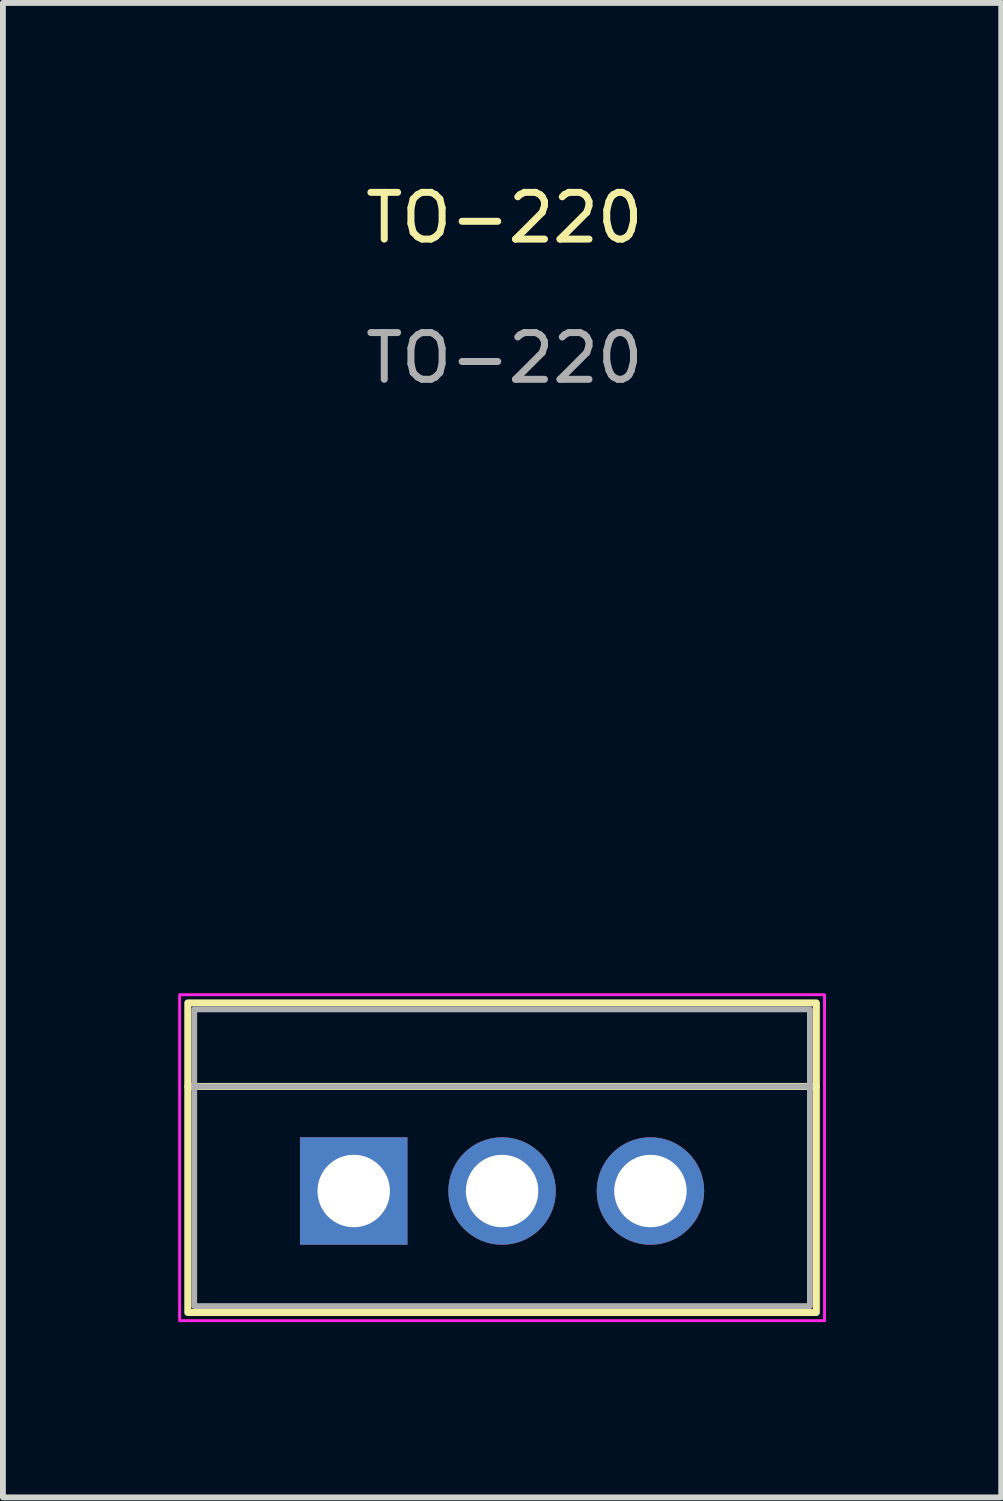
<source format=kicad_pcb>
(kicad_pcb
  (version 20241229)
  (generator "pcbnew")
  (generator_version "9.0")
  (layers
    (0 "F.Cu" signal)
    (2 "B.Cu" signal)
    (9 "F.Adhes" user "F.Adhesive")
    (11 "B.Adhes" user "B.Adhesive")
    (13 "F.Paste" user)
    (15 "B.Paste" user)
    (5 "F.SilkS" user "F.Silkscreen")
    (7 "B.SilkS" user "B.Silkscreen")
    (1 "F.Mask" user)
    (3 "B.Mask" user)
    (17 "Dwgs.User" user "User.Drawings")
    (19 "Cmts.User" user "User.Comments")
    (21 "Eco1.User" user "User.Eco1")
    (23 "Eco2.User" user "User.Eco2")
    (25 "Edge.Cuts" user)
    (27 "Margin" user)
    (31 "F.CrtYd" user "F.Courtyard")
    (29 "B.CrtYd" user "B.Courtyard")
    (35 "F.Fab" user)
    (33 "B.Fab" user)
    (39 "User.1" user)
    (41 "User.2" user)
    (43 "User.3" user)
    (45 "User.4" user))
  (footprint "TO-220"
    (layer "F.Cu")
    (at 5.545 17.339)
    (property "Reference" "TO-220" (at 0.04 -16.66 0) (unlocked yes) (layer "F.SilkS") (effects (font (size 0.8 0.8) (thickness 0.12))))
    (attr through_hole)
    (fp_line (start 5.38 -1.79) (end -5.38 -1.79) (stroke (width 0.12) (type default)) (layer "F.SilkS"))
    (fp_rect (start -5.38 -3.22) (end 5.38 2.08) (stroke (width 0.12) (type default)) (fill no) (layer "F.SilkS"))
    (fp_rect (start -5.52 -3.36) (end 5.52 2.22) (stroke (width 0.05) (type default)) (fill no) (layer "F.CrtYd"))
    (fp_line (start 5.27 -1.79) (end -5.27 -1.79) (stroke (width 0.1) (type default)) (layer "F.Fab"))
    (fp_rect (start -5.27 -3.11) (end 5.27 1.97) (stroke (width 0.1) (type default)) (fill no) (layer "F.Fab"))
    (fp_text user "${REFERENCE}" (at 0.04 -14.26 0) (unlocked yes) (layer "F.Fab") (effects (font (size 0.8 0.8) (thickness 0.12))))
    (pad "1" thru_hole rect (at -2.54 0) (size 1.84 1.84) (drill 1.24) (layers "*.Cu" "*.Mask"))
    (pad "2" thru_hole circle (at 0 0) (size 1.84 1.84) (drill 1.24) (layers "*.Cu" "*.Mask"))
    (pad "3" thru_hole circle (at 2.54 0) (size 1.84 1.84) (drill 1.24) (layers "*.Cu" "*.Mask")))
  (gr_rect
    (start -3 -3)
    (end 14.09 22.584)
    (stroke (width 0.1) (type default))
    (fill no)
    (layer "Edge.Cuts")))
</source>
